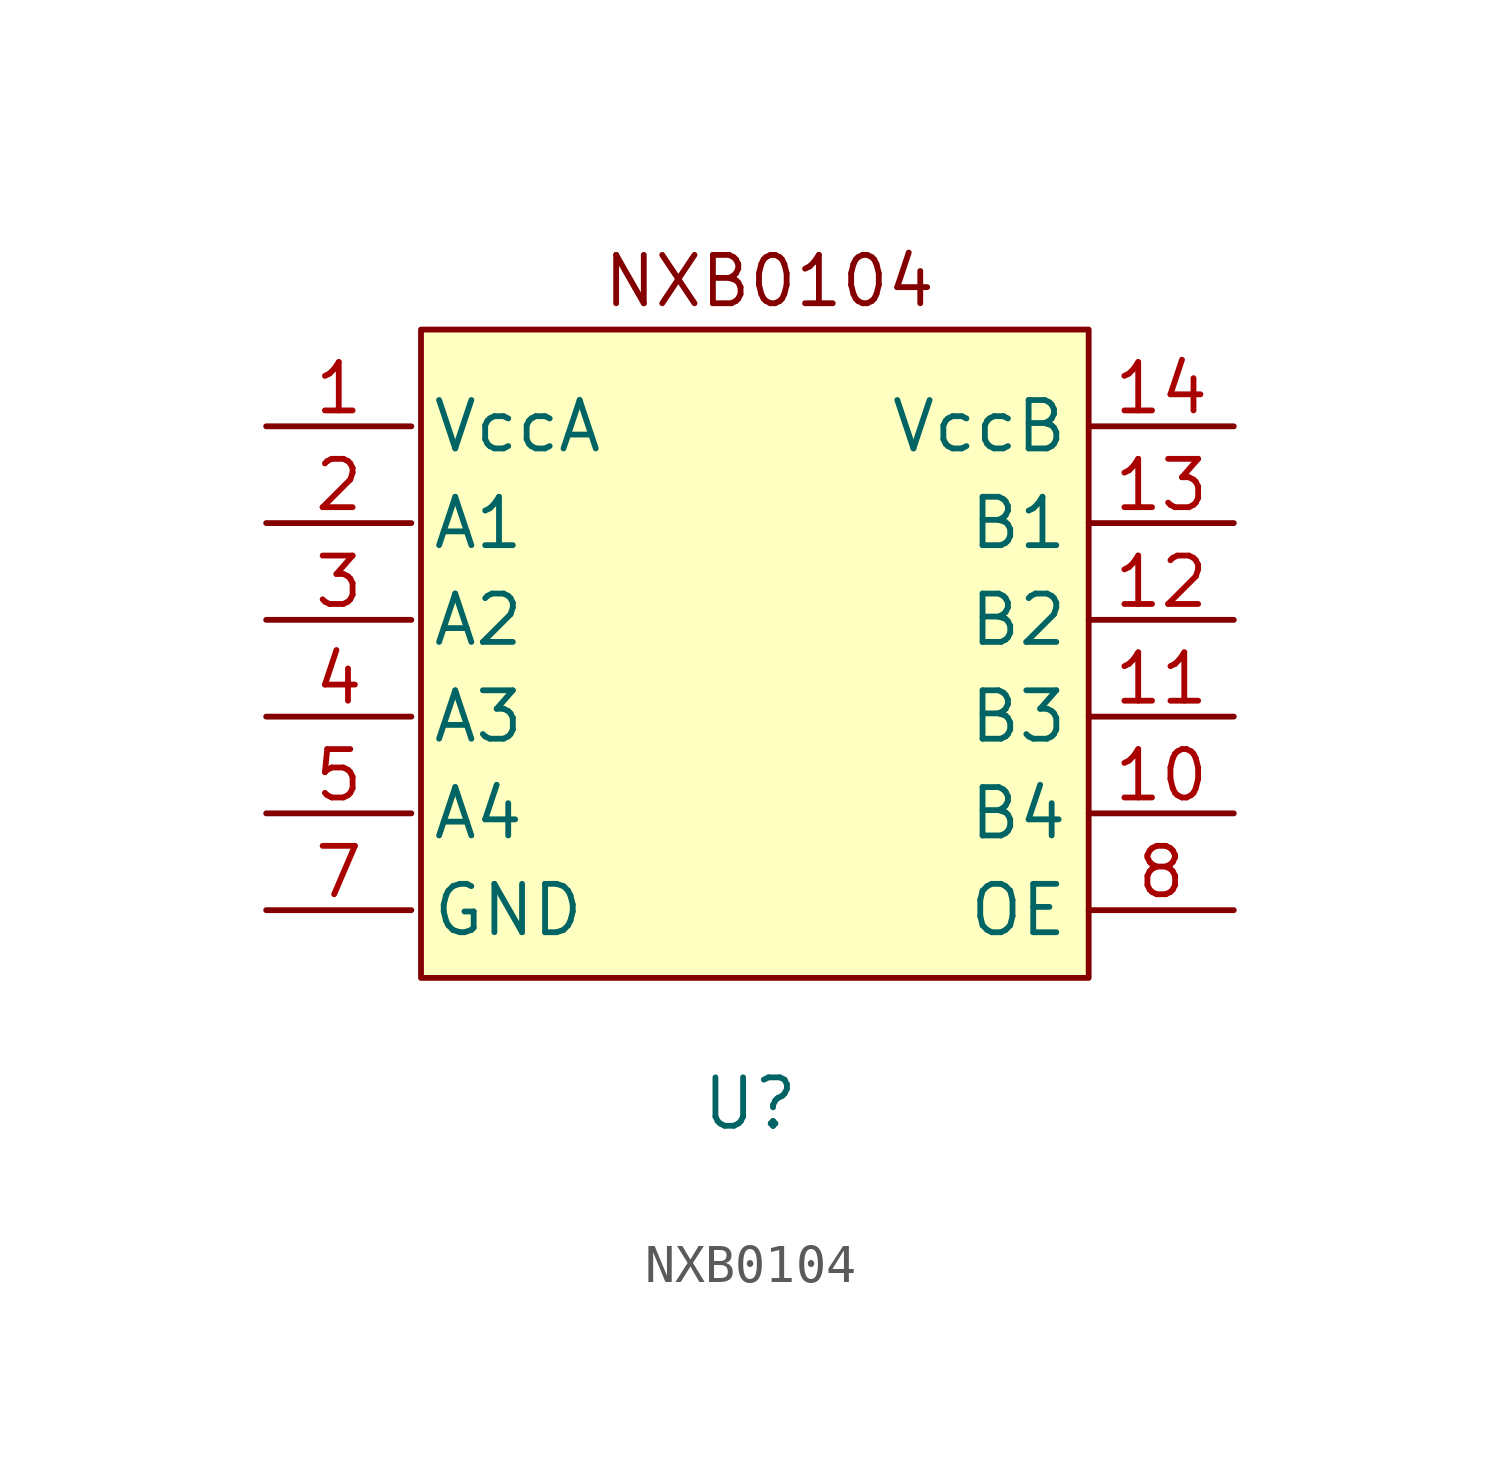
<source format=kicad_sym>
(kicad_symbol_lib
  (version 20231120)
  (generator "kicad_symbol_editor")
  (generator_version "8.0")
  (symbol "NXB0104"
    (property "Reference" "U"
      (at 0 0 0)
      (effects (font (size 1.27 1.27))))
    (property "Value" ""
      (at 0 0 0)
      (effects (font (size 1.27 1.27))))
    (symbol "NXB0104_1_1"
      (rectangle (start -8.636 20.32) (end 8.89 3.302) (stroke (width 0) (type default)) (fill (type background)))
      (text "NXB0104" (at 0.508 21.59 0) (effects (font (size 1.27 1.27))))
      (pin power_in line (at -12.7 17.78 0) (length 3.81) (name "VccA" (effects (font (size 1.27 1.27)))) (number "1" (effects (font (size 1.27 1.27)))))
      (pin bidirectional line (at 12.7 7.62 180) (length 3.81) (name "B4" (effects (font (size 1.27 1.27)))) (number "10" (effects (font (size 1.27 1.27)))))
      (pin bidirectional line (at 12.7 10.16 180) (length 3.81) (name "B3" (effects (font (size 1.27 1.27)))) (number "11" (effects (font (size 1.27 1.27)))))
      (pin bidirectional line (at 12.7 12.7 180) (length 3.81) (name "B2" (effects (font (size 1.27 1.27)))) (number "12" (effects (font (size 1.27 1.27)))))
      (pin bidirectional line (at 12.7 15.24 180) (length 3.81) (name "B1" (effects (font (size 1.27 1.27)))) (number "13" (effects (font (size 1.27 1.27)))))
      (pin power_in line (at 12.7 17.78 180) (length 3.81) (name "VccB" (effects (font (size 1.27 1.27)))) (number "14" (effects (font (size 1.27 1.27)))))
      (pin bidirectional line (at -12.7 15.24 0) (length 3.81) (name "A1" (effects (font (size 1.27 1.27)))) (number "2" (effects (font (size 1.27 1.27)))))
      (pin bidirectional line (at -12.7 12.7 0) (length 3.81) (name "A2" (effects (font (size 1.27 1.27)))) (number "3" (effects (font (size 1.27 1.27)))))
      (pin bidirectional line (at -12.7 10.16 0) (length 3.81) (name "A3" (effects (font (size 1.27 1.27)))) (number "4" (effects (font (size 1.27 1.27)))))
      (pin bidirectional line (at -12.7 7.62 0) (length 3.81) (name "A4" (effects (font (size 1.27 1.27)))) (number "5" (effects (font (size 1.27 1.27)))))
      (pin power_in line (at -12.7 5.08 0) (length 3.81) (name "GND" (effects (font (size 1.27 1.27)))) (number "7" (effects (font (size 1.27 1.27)))))
      (pin input line (at 12.7 5.08 180) (length 3.81) (name "OE" (effects (font (size 1.27 1.27)))) (number "8" (effects (font (size 1.27 1.27))))))))
</source>
